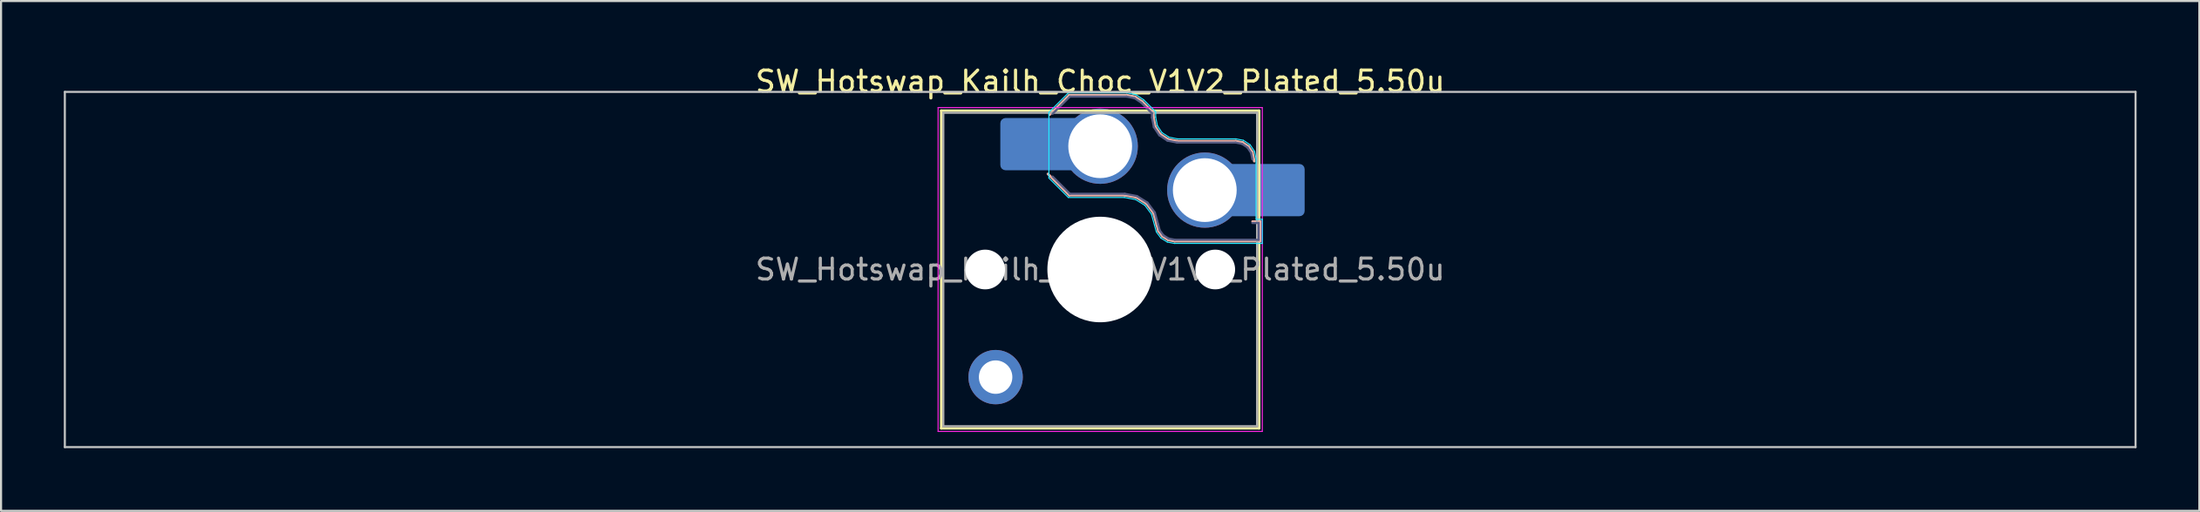
<source format=kicad_pcb>
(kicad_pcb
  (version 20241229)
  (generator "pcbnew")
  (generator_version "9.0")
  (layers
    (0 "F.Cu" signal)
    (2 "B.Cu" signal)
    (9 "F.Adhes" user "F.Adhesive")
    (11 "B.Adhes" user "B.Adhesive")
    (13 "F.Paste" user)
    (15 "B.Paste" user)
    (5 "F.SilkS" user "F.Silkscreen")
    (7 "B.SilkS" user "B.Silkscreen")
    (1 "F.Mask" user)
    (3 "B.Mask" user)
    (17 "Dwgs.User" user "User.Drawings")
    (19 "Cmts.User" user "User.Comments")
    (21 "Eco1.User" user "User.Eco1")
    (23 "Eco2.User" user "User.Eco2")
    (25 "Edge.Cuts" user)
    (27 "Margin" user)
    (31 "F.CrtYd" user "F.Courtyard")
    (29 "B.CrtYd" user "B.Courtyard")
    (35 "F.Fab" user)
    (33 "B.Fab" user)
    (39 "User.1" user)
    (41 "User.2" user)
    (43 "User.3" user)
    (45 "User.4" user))
  (footprint "SW_Hotswap_Kailh_Choc_V1V2_Plated_5.50u"
    (layer "F.Cu")
    (at 49.55 9.848)
    (property "Reference" "SW_Hotswap_Kailh_Choc_V1V2_Plated_5.50u" (at 0 -9 0) (layer "F.SilkS") (effects (font (size 1 1) (thickness 0.15))))
    (attr smd)
    (fp_line (start -7.6 -7.6) (end -7.6 7.6) (stroke (width 0.12) (type solid)) (layer "F.SilkS"))
    (fp_line (start -7.6 7.6) (end 7.6 7.6) (stroke (width 0.12) (type solid)) (layer "F.SilkS"))
    (fp_line (start 7.6 -7.6) (end -7.6 -7.6) (stroke (width 0.12) (type solid)) (layer "F.SilkS"))
    (fp_line (start 7.6 7.6) (end 7.6 -7.6) (stroke (width 0.12) (type solid)) (layer "F.SilkS"))
    (fp_line (start -2.416 -7.409) (end -1.479 -8.346) (stroke (width 0.12) (type solid)) (layer "B.SilkS"))
    (fp_line (start -1.479 -8.346) (end 1.268 -8.346) (stroke (width 0.12) (type solid)) (layer "B.SilkS"))
    (fp_line (start -1.479 -3.554) (end -2.5 -4.575) (stroke (width 0.12) (type solid)) (layer "B.SilkS"))
    (fp_line (start 1.168 -3.554) (end -1.479 -3.554) (stroke (width 0.12) (type solid)) (layer "B.SilkS"))
    (fp_line (start 1.268 -8.346) (end 1.671 -8.266) (stroke (width 0.12) (type solid)) (layer "B.SilkS"))
    (fp_line (start 1.671 -8.266) (end 2.013 -8.037) (stroke (width 0.12) (type solid)) (layer "B.SilkS"))
    (fp_line (start 1.73 -3.449) (end 1.168 -3.554) (stroke (width 0.12) (type solid)) (layer "B.SilkS"))
    (fp_line (start 2.013 -8.037) (end 2.546 -7.504) (stroke (width 0.12) (type solid)) (layer "B.SilkS"))
    (fp_line (start 2.209 -3.15) (end 1.73 -3.449) (stroke (width 0.12) (type solid)) (layer "B.SilkS"))
    (fp_line (start 2.546 -7.504) (end 2.546 -7.282) (stroke (width 0.12) (type solid)) (layer "B.SilkS"))
    (fp_line (start 2.546 -7.282) (end 2.633 -6.844) (stroke (width 0.12) (type solid)) (layer "B.SilkS"))
    (fp_line (start 2.547 -2.697) (end 2.209 -3.15) (stroke (width 0.12) (type solid)) (layer "B.SilkS"))
    (fp_line (start 2.633 -6.844) (end 2.877 -6.477) (stroke (width 0.12) (type solid)) (layer "B.SilkS"))
    (fp_line (start 2.701 -2.139) (end 2.547 -2.697) (stroke (width 0.12) (type solid)) (layer "B.SilkS"))
    (fp_line (start 2.783 -1.841) (end 2.701 -2.139) (stroke (width 0.12) (type solid)) (layer "B.SilkS"))
    (fp_line (start 2.877 -6.477) (end 3.244 -6.233) (stroke (width 0.12) (type solid)) (layer "B.SilkS"))
    (fp_line (start 2.976 -1.583) (end 2.783 -1.841) (stroke (width 0.12) (type solid)) (layer "B.SilkS"))
    (fp_line (start 3.244 -6.233) (end 3.682 -6.146) (stroke (width 0.12) (type solid)) (layer "B.SilkS"))
    (fp_line (start 3.25 -1.413) (end 2.976 -1.583) (stroke (width 0.12) (type solid)) (layer "B.SilkS"))
    (fp_line (start 3.56 -1.354) (end 3.25 -1.413) (stroke (width 0.12) (type solid)) (layer "B.SilkS"))
    (fp_line (start 3.682 -6.146) (end 6.482 -6.146) (stroke (width 0.12) (type solid)) (layer "B.SilkS"))
    (fp_line (start 6.482 -6.146) (end 6.809 -6.081) (stroke (width 0.12) (type solid)) (layer "B.SilkS"))
    (fp_line (start 6.809 -6.081) (end 7.092 -5.892) (stroke (width 0.12) (type solid)) (layer "B.SilkS"))
    (fp_line (start 7.092 -5.892) (end 7.281 -5.609) (stroke (width 0.12) (type solid)) (layer "B.SilkS"))
    (fp_line (start 7.281 -5.609) (end 7.366 -5.182) (stroke (width 0.12) (type solid)) (layer "B.SilkS"))
    (fp_line (start 7.283 -2.296) (end 7.646 -2.296) (stroke (width 0.12) (type solid)) (layer "B.SilkS"))
    (fp_line (start 7.646 -2.296) (end 7.646 -1.354) (stroke (width 0.12) (type solid)) (layer "B.SilkS"))
    (fp_line (start 7.646 -1.354) (end 3.56 -1.354) (stroke (width 0.12) (type solid)) (layer "B.SilkS"))
    (fp_line (start -49.5 -8.5) (end -49.5 8.5) (stroke (width 0.1) (type solid)) (layer "Dwgs.User"))
    (fp_line (start -49.5 8.5) (end 49.5 8.5) (stroke (width 0.1) (type solid)) (layer "Dwgs.User"))
    (fp_line (start 49.5 -8.5) (end -49.5 -8.5) (stroke (width 0.1) (type solid)) (layer "Dwgs.User"))
    (fp_line (start 49.5 8.5) (end 49.5 -8.5) (stroke (width 0.1) (type solid)) (layer "Dwgs.User"))
    (fp_line (start -7.25 -7.25) (end -7.25 7.25) (stroke (width 0.1) (type solid)) (layer "Eco1.User"))
    (fp_line (start -7.25 7.25) (end 7.25 7.25) (stroke (width 0.1) (type solid)) (layer "Eco1.User"))
    (fp_line (start 7.25 -7.25) (end -7.25 -7.25) (stroke (width 0.1) (type solid)) (layer "Eco1.User"))
    (fp_line (start 7.25 7.25) (end 7.25 -7.25) (stroke (width 0.1) (type solid)) (layer "Eco1.User"))
    (fp_line (start -2.452 -7.523) (end -1.523 -8.452) (stroke (width 0.05) (type solid)) (layer "B.CrtYd"))
    (fp_line (start -2.452 -4.377) (end -2.452 -7.523) (stroke (width 0.05) (type solid)) (layer "B.CrtYd"))
    (fp_line (start -1.523 -8.452) (end 1.278 -8.452) (stroke (width 0.05) (type solid)) (layer "B.CrtYd"))
    (fp_line (start -1.523 -3.448) (end -2.452 -4.377) (stroke (width 0.05) (type solid)) (layer "B.CrtYd"))
    (fp_line (start 1.159 -3.448) (end -1.523 -3.448) (stroke (width 0.05) (type solid)) (layer "B.CrtYd"))
    (fp_line (start 1.278 -8.452) (end 1.712 -8.366) (stroke (width 0.05) (type solid)) (layer "B.CrtYd"))
    (fp_line (start 1.691 -3.348) (end 1.159 -3.448) (stroke (width 0.05) (type solid)) (layer "B.CrtYd"))
    (fp_line (start 1.712 -8.366) (end 2.081 -8.119) (stroke (width 0.05) (type solid)) (layer "B.CrtYd"))
    (fp_line (start 2.081 -8.119) (end 2.652 -7.548) (stroke (width 0.05) (type solid)) (layer "B.CrtYd"))
    (fp_line (start 2.136 -3.071) (end 1.691 -3.348) (stroke (width 0.05) (type solid)) (layer "B.CrtYd"))
    (fp_line (start 2.45 -2.65) (end 2.136 -3.071) (stroke (width 0.05) (type solid)) (layer "B.CrtYd"))
    (fp_line (start 2.599 -2.111) (end 2.45 -2.65) (stroke (width 0.05) (type solid)) (layer "B.CrtYd"))
    (fp_line (start 2.652 -7.548) (end 2.652 -7.292) (stroke (width 0.05) (type solid)) (layer "B.CrtYd"))
    (fp_line (start 2.652 -7.292) (end 2.733 -6.885) (stroke (width 0.05) (type solid)) (layer "B.CrtYd"))
    (fp_line (start 2.687 -1.794) (end 2.599 -2.111) (stroke (width 0.05) (type solid)) (layer "B.CrtYd"))
    (fp_line (start 2.733 -6.885) (end 2.953 -6.553) (stroke (width 0.05) (type solid)) (layer "B.CrtYd"))
    (fp_line (start 2.903 -1.503) (end 2.687 -1.794) (stroke (width 0.05) (type solid)) (layer "B.CrtYd"))
    (fp_line (start 2.953 -6.553) (end 3.285 -6.333) (stroke (width 0.05) (type solid)) (layer "B.CrtYd"))
    (fp_line (start 3.211 -1.312) (end 2.903 -1.503) (stroke (width 0.05) (type solid)) (layer "B.CrtYd"))
    (fp_line (start 3.285 -6.333) (end 3.692 -6.252) (stroke (width 0.05) (type solid)) (layer "B.CrtYd"))
    (fp_line (start 3.55 -1.248) (end 3.211 -1.312) (stroke (width 0.05) (type solid)) (layer "B.CrtYd"))
    (fp_line (start 3.692 -6.252) (end 6.492 -6.252) (stroke (width 0.05) (type solid)) (layer "B.CrtYd"))
    (fp_line (start 6.492 -6.252) (end 6.85 -6.181) (stroke (width 0.05) (type solid)) (layer "B.CrtYd"))
    (fp_line (start 6.85 -6.181) (end 7.168 -5.968) (stroke (width 0.05) (type solid)) (layer "B.CrtYd"))
    (fp_line (start 7.168 -5.968) (end 7.381 -5.65) (stroke (width 0.05) (type solid)) (layer "B.CrtYd"))
    (fp_line (start 7.381 -5.65) (end 7.452 -5.292) (stroke (width 0.05) (type solid)) (layer "B.CrtYd"))
    (fp_line (start 7.452 -5.292) (end 7.452 -2.402) (stroke (width 0.05) (type solid)) (layer "B.CrtYd"))
    (fp_line (start 7.452 -2.402) (end 7.752 -2.402) (stroke (width 0.05) (type solid)) (layer "B.CrtYd"))
    (fp_line (start 7.752 -2.402) (end 7.752 -1.248) (stroke (width 0.05) (type solid)) (layer "B.CrtYd"))
    (fp_line (start 7.752 -1.248) (end 3.55 -1.248) (stroke (width 0.05) (type solid)) (layer "B.CrtYd"))
    (fp_line (start -7.75 -7.75) (end -7.75 7.75) (stroke (width 0.05) (type solid)) (layer "F.CrtYd"))
    (fp_line (start -7.75 7.75) (end 7.75 7.75) (stroke (width 0.05) (type solid)) (layer "F.CrtYd"))
    (fp_line (start 7.75 -7.75) (end -7.75 -7.75) (stroke (width 0.05) (type solid)) (layer "F.CrtYd"))
    (fp_line (start 7.75 7.75) (end 7.75 -7.75) (stroke (width 0.05) (type solid)) (layer "F.CrtYd"))
    (fp_line (start -2.275 -7.45) (end -1.45 -8.275) (stroke (width 0.1) (type solid)) (layer "B.Fab"))
    (fp_line (start -1.45 -8.275) (end 1.261 -8.275) (stroke (width 0.1) (type solid)) (layer "B.Fab"))
    (fp_line (start -1.45 -3.625) (end -2.275 -4.45) (stroke (width 0.1) (type solid)) (layer "B.Fab"))
    (fp_line (start 1.175 -3.625) (end -1.45 -3.625) (stroke (width 0.1) (type solid)) (layer "B.Fab"))
    (fp_line (start 1.261 -8.275) (end 1.643 -8.199) (stroke (width 0.1) (type solid)) (layer "B.Fab"))
    (fp_line (start 1.643 -8.199) (end 1.968 -7.982) (stroke (width 0.1) (type solid)) (layer "B.Fab"))
    (fp_line (start 1.756 -3.516) (end 1.175 -3.625) (stroke (width 0.1) (type solid)) (layer "B.Fab"))
    (fp_line (start 1.968 -7.982) (end 2.475 -7.475) (stroke (width 0.1) (type solid)) (layer "B.Fab"))
    (fp_line (start 2.258 -3.203) (end 1.756 -3.516) (stroke (width 0.1) (type solid)) (layer "B.Fab"))
    (fp_line (start 2.475 -7.475) (end 2.475 -7.275) (stroke (width 0.1) (type solid)) (layer "B.Fab"))
    (fp_line (start 2.475 -7.275) (end 2.566 -6.816) (stroke (width 0.1) (type solid)) (layer "B.Fab"))
    (fp_line (start 2.566 -6.816) (end 2.826 -6.426) (stroke (width 0.1) (type solid)) (layer "B.Fab"))
    (fp_line (start 2.612 -2.729) (end 2.258 -3.203) (stroke (width 0.1) (type solid)) (layer "B.Fab"))
    (fp_line (start 2.769 -2.158) (end 2.612 -2.729) (stroke (width 0.1) (type solid)) (layer "B.Fab"))
    (fp_line (start 2.826 -6.426) (end 3.216 -6.166) (stroke (width 0.1) (type solid)) (layer "B.Fab"))
    (fp_line (start 2.848 -1.873) (end 2.769 -2.158) (stroke (width 0.1) (type solid)) (layer "B.Fab"))
    (fp_line (start 3.025 -1.636) (end 2.848 -1.873) (stroke (width 0.1) (type solid)) (layer "B.Fab"))
    (fp_line (start 3.216 -6.166) (end 3.675 -6.075) (stroke (width 0.1) (type solid)) (layer "B.Fab"))
    (fp_line (start 3.276 -1.48) (end 3.025 -1.636) (stroke (width 0.1) (type solid)) (layer "B.Fab"))
    (fp_line (start 3.567 -1.425) (end 3.276 -1.48) (stroke (width 0.1) (type solid)) (layer "B.Fab"))
    (fp_line (start 3.675 -6.075) (end 6.475 -6.075) (stroke (width 0.1) (type solid)) (layer "B.Fab"))
    (fp_line (start 6.475 -6.075) (end 6.781 -6.014) (stroke (width 0.1) (type solid)) (layer "B.Fab"))
    (fp_line (start 6.781 -6.014) (end 7.041 -5.841) (stroke (width 0.1) (type solid)) (layer "B.Fab"))
    (fp_line (start 7.041 -5.841) (end 7.214 -5.581) (stroke (width 0.1) (type solid)) (layer "B.Fab"))
    (fp_line (start 7.214 -5.581) (end 7.275 -5.275) (stroke (width 0.1) (type solid)) (layer "B.Fab"))
    (fp_line (start 7.275 -2.225) (end 7.575 -2.225) (stroke (width 0.1) (type solid)) (layer "B.Fab"))
    (fp_line (start 7.575 -2.225) (end 7.575 -1.425) (stroke (width 0.1) (type solid)) (layer "B.Fab"))
    (fp_line (start 7.575 -1.425) (end 3.567 -1.425) (stroke (width 0.1) (type solid)) (layer "B.Fab"))
    (fp_line (start -7.5 -7.5) (end -7.5 7.5) (stroke (width 0.1) (type solid)) (layer "F.Fab"))
    (fp_line (start -7.5 7.5) (end 7.5 7.5) (stroke (width 0.1) (type solid)) (layer "F.Fab"))
    (fp_line (start 7.5 -7.5) (end -7.5 -7.5) (stroke (width 0.1) (type solid)) (layer "F.Fab"))
    (fp_line (start 7.5 7.5) (end 7.5 -7.5) (stroke (width 0.1) (type solid)) (layer "F.Fab"))
    (fp_text user "${REFERENCE}" (at 0 0 0) (layer "F.Fab") (effects (font (size 1 1) (thickness 0.15))))
    (pad "" np_thru_hole circle (at -5.5 0) (size 1.9 1.9) (drill 1.9) (layers "*.Cu" "*.Mask"))
    (pad "" smd circle (at -5 5.15) (size 1.65 1.65) (layers "F.Mask"))
    (pad "" thru_hole circle (at -5 5.15) (size 2.6 2.6) (drill 1.6) (layers "*.Cu" "B.Mask"))
    (pad "" smd roundrect (at -3.5 -6) (size 2.55 2.5) (layers "B.Mask" "B.Paste") (roundrect_rratio 0.1))
    (pad "" smd circle (at 0 -5.9) (size 3.1 3.1) (layers "F.Mask"))
    (pad "" np_thru_hole circle (at 0 0) (size 5.05 5.05) (drill 5.05) (layers "*.Cu" "*.Mask"))
    (pad "" smd circle (at 5 -3.8) (size 3.1 3.1) (layers "F.Mask"))
    (pad "" np_thru_hole circle (at 5.5 0) (size 1.9 1.9) (drill 1.9) (layers "*.Cu" "*.Mask"))
    (pad "" smd roundrect (at 8.5 -3.8) (size 2.55 2.5) (layers "B.Mask" "B.Paste") (roundrect_rratio 0.1))
    (pad "1" smd roundrect (at -2.85 -6) (size 3.85 2.5) (layers "B.Cu") (roundrect_rratio 0.1))
    (pad "1" thru_hole circle (at 0 -5.9) (size 3.6 3.6) (drill 3.05) (layers "*.Cu" "B.Mask"))
    (pad "2" thru_hole circle (at 5 -3.8) (size 3.6 3.6) (drill 3.05) (layers "*.Cu" "B.Mask"))
    (pad "2" smd roundrect (at 7.85 -3.8) (size 3.85 2.5) (layers "B.Cu") (roundrect_rratio 0.1)))
  (gr_rect
    (start -3 -3)
    (end 102.1 21.398)
    (stroke (width 0.1) (type default))
    (fill no)
    (layer "Edge.Cuts")))
</source>
